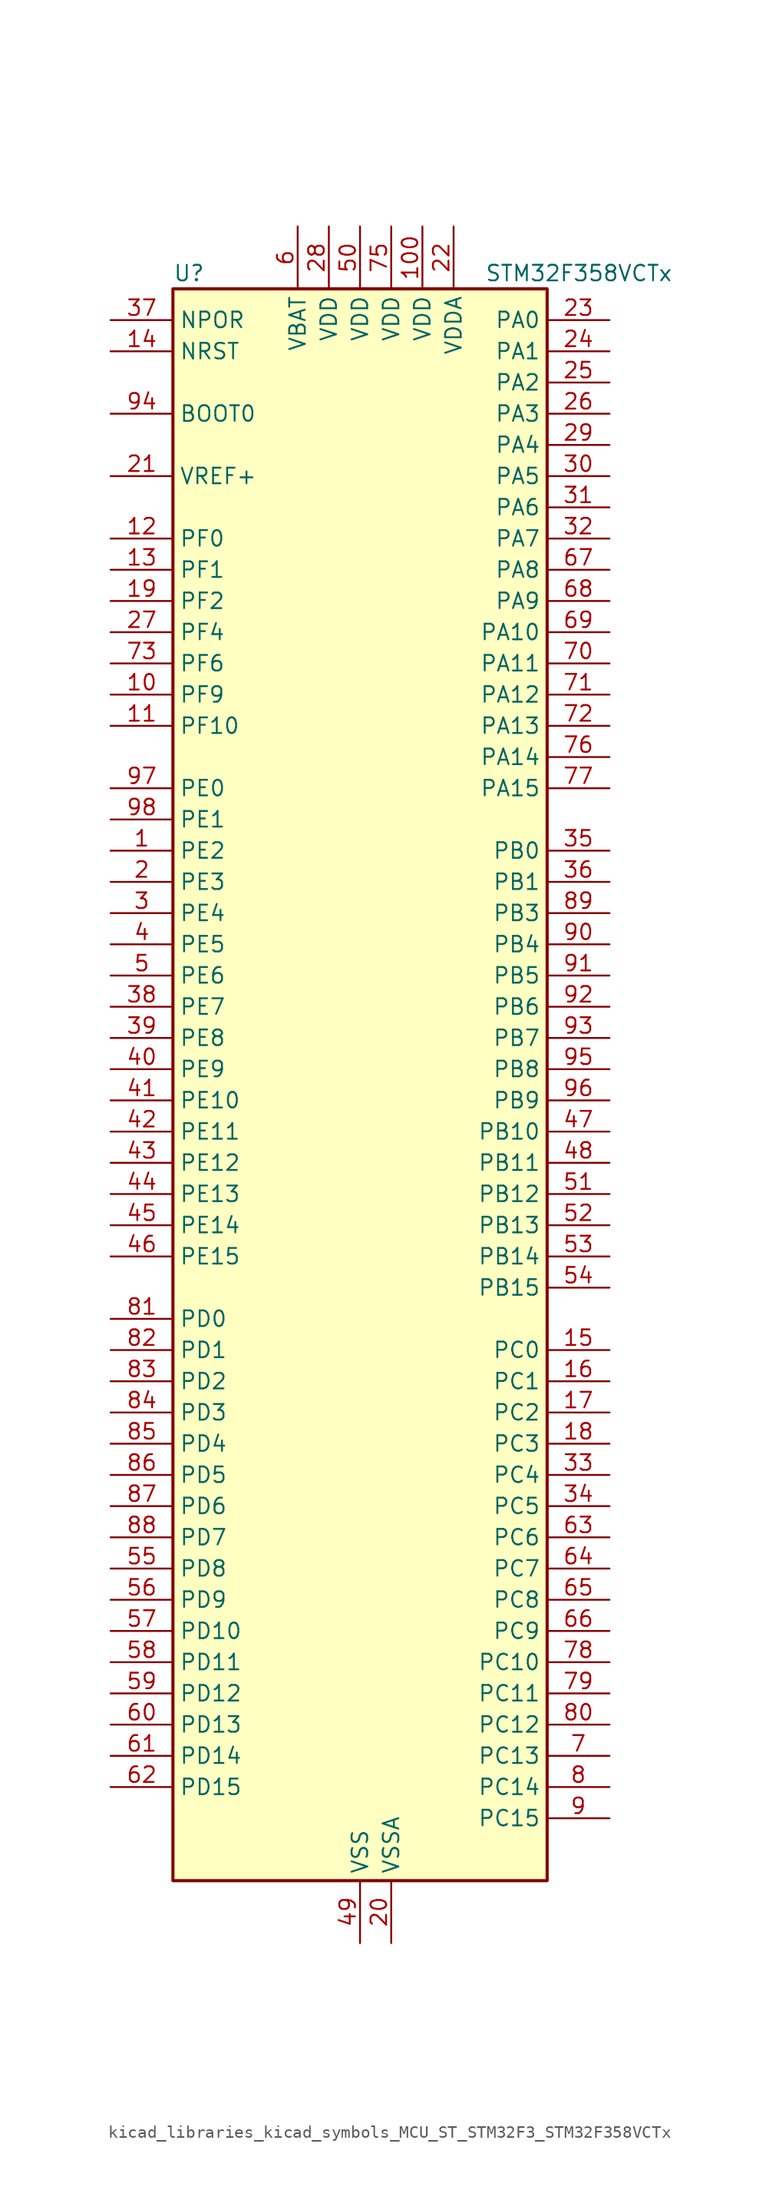
<source format=kicad_sym>
(kicad_symbol_lib
  (version 20220914)
  (generator kicad_symbol_editor)
  (symbol "kicad_libraries_kicad_symbols_MCU_ST_STM32F3_STM32F358VCTx"
    (property "Reference" "U"
      (at -15.24 67.31 0)
      (effects (font (size 1.27 1.27)) (justify left)))
    (property "Value" "STM32F358VCTx"
      (at 10.16 67.31 0)
      (effects (font (size 1.27 1.27)) (justify left)))
    (property "ki_locked" ""
      (at 0 0 0)
      (effects (font (size 1.27 1.27))))
    (symbol "kicad_libraries_kicad_symbols_MCU_ST_STM32F3_STM32F358VCTx_0_1"
      (rectangle (start -15.24 -63.5) (end 15.24 66.04) (stroke (width 0.254) (type default)) (fill (type background))))
    (symbol "kicad_libraries_kicad_symbols_MCU_ST_STM32F3_STM32F358VCTx_1_1"
      (pin bidirectional line (at -20.32 20.32 0) (length 5.08) (name "PE2" (effects (font (size 1.27 1.27)))) (number "1" (effects (font (size 1.27 1.27)))) (alternate "ADC3_EXTI2" bidirectional line) (alternate "ADC4_EXTI2" bidirectional line) (alternate "SYS_TRACECK" bidirectional line) (alternate "TIM3_CH1" bidirectional line) (alternate "TSC_G7_IO1" bidirectional line))
      (pin bidirectional line (at -20.32 33.02 0) (length 5.08) (name "PF9" (effects (font (size 1.27 1.27)))) (number "10" (effects (font (size 1.27 1.27)))) (alternate "DAC_EXTI9" bidirectional line) (alternate "SPI2_SCK" bidirectional line) (alternate "TIM15_CH1" bidirectional line))
      (pin power_in line (at 5.08 71.12 270) (length 5.08) (name "VDD" (effects (font (size 1.27 1.27)))) (number "100" (effects (font (size 1.27 1.27)))))
      (pin bidirectional line (at -20.32 30.48 0) (length 5.08) (name "PF10" (effects (font (size 1.27 1.27)))) (number "11" (effects (font (size 1.27 1.27)))) (alternate "SPI2_SCK" bidirectional line) (alternate "TIM15_CH2" bidirectional line))
      (pin bidirectional line (at -20.32 45.72 0) (length 5.08) (name "PF0" (effects (font (size 1.27 1.27)))) (number "12" (effects (font (size 1.27 1.27)))) (alternate "I2C2_SDA" bidirectional line) (alternate "RCC_OSC_IN" bidirectional line) (alternate "TIM1_CH3N" bidirectional line))
      (pin bidirectional line (at -20.32 43.18 0) (length 5.08) (name "PF1" (effects (font (size 1.27 1.27)))) (number "13" (effects (font (size 1.27 1.27)))) (alternate "I2C2_SCL" bidirectional line) (alternate "RCC_OSC_OUT" bidirectional line))
      (pin input line (at -20.32 60.96 0) (length 5.08) (name "NRST" (effects (font (size 1.27 1.27)))) (number "14" (effects (font (size 1.27 1.27)))))
      (pin bidirectional line (at 20.32 -20.32 180) (length 5.08) (name "PC0" (effects (font (size 1.27 1.27)))) (number "15" (effects (font (size 1.27 1.27)))) (alternate "ADC1_IN6" bidirectional line) (alternate "ADC2_IN6" bidirectional line) (alternate "COMP7_INM" bidirectional line))
      (pin bidirectional line (at 20.32 -22.86 180) (length 5.08) (name "PC1" (effects (font (size 1.27 1.27)))) (number "16" (effects (font (size 1.27 1.27)))) (alternate "ADC1_IN7" bidirectional line) (alternate "ADC2_IN7" bidirectional line) (alternate "COMP7_INP" bidirectional line))
      (pin bidirectional line (at 20.32 -25.4 180) (length 5.08) (name "PC2" (effects (font (size 1.27 1.27)))) (number "17" (effects (font (size 1.27 1.27)))) (alternate "ADC1_IN8" bidirectional line) (alternate "ADC2_IN8" bidirectional line) (alternate "ADC3_EXTI2" bidirectional line) (alternate "ADC4_EXTI2" bidirectional line) (alternate "COMP7_OUT" bidirectional line))
      (pin bidirectional line (at 20.32 -27.94 180) (length 5.08) (name "PC3" (effects (font (size 1.27 1.27)))) (number "18" (effects (font (size 1.27 1.27)))) (alternate "ADC1_IN9" bidirectional line) (alternate "ADC2_IN9" bidirectional line) (alternate "TIM1_BKIN2" bidirectional line))
      (pin bidirectional line (at -20.32 40.64 0) (length 5.08) (name "PF2" (effects (font (size 1.27 1.27)))) (number "19" (effects (font (size 1.27 1.27)))) (alternate "ADC1_IN10" bidirectional line) (alternate "ADC2_IN10" bidirectional line) (alternate "ADC3_EXTI2" bidirectional line) (alternate "ADC4_EXTI2" bidirectional line))
      (pin bidirectional line (at -20.32 17.78 0) (length 5.08) (name "PE3" (effects (font (size 1.27 1.27)))) (number "2" (effects (font (size 1.27 1.27)))) (alternate "SYS_TRACED0" bidirectional line) (alternate "TIM3_CH2" bidirectional line) (alternate "TSC_G7_IO2" bidirectional line))
      (pin power_in line (at 2.54 -68.58 90) (length 5.08) (name "VSSA" (effects (font (size 1.27 1.27)))) (number "20" (effects (font (size 1.27 1.27)))))
      (pin input line (at -20.32 50.8 0) (length 5.08) (name "VREF+" (effects (font (size 1.27 1.27)))) (number "21" (effects (font (size 1.27 1.27)))))
      (pin power_in line (at 7.62 71.12 270) (length 5.08) (name "VDDA" (effects (font (size 1.27 1.27)))) (number "22" (effects (font (size 1.27 1.27)))))
      (pin bidirectional line (at 20.32 63.5 180) (length 5.08) (name "PA0" (effects (font (size 1.27 1.27)))) (number "23" (effects (font (size 1.27 1.27)))) (alternate "ADC1_IN1" bidirectional line) (alternate "COMP1_INM" bidirectional line) (alternate "COMP1_OUT" bidirectional line) (alternate "COMP7_INP" bidirectional line) (alternate "RTC_TAMP2" bidirectional line) (alternate "SYS_WKUP1" bidirectional line) (alternate "TIM2_CH1" bidirectional line) (alternate "TIM2_ETR" bidirectional line) (alternate "TIM8_BKIN" bidirectional line) (alternate "TIM8_ETR" bidirectional line) (alternate "TSC_G1_IO1" bidirectional line) (alternate "USART2_CTS" bidirectional line))
      (pin bidirectional line (at 20.32 60.96 180) (length 5.08) (name "PA1" (effects (font (size 1.27 1.27)))) (number "24" (effects (font (size 1.27 1.27)))) (alternate "ADC1_IN2" bidirectional line) (alternate "COMP1_INP" bidirectional line) (alternate "OPAMP1_VINP" bidirectional line) (alternate "OPAMP1_VINP_SEC" bidirectional line) (alternate "OPAMP3_VINP" bidirectional line) (alternate "OPAMP3_VINP_SEC" bidirectional line) (alternate "RTC_REFIN" bidirectional line) (alternate "TIM15_CH1N" bidirectional line) (alternate "TIM2_CH2" bidirectional line) (alternate "TSC_G1_IO2" bidirectional line) (alternate "USART2_DE" bidirectional line) (alternate "USART2_RTS" bidirectional line))
      (pin bidirectional line (at 20.32 58.42 180) (length 5.08) (name "PA2" (effects (font (size 1.27 1.27)))) (number "25" (effects (font (size 1.27 1.27)))) (alternate "ADC1_IN3" bidirectional line) (alternate "ADC3_EXTI2" bidirectional line) (alternate "ADC4_EXTI2" bidirectional line) (alternate "COMP2_INM" bidirectional line) (alternate "COMP2_OUT" bidirectional line) (alternate "OPAMP1_VOUT" bidirectional line) (alternate "TIM15_CH1" bidirectional line) (alternate "TIM2_CH3" bidirectional line) (alternate "TSC_G1_IO3" bidirectional line) (alternate "USART2_TX" bidirectional line))
      (pin bidirectional line (at 20.32 55.88 180) (length 5.08) (name "PA3" (effects (font (size 1.27 1.27)))) (number "26" (effects (font (size 1.27 1.27)))) (alternate "ADC1_IN4" bidirectional line) (alternate "COMP2_INP" bidirectional line) (alternate "OPAMP1_VINM" bidirectional line) (alternate "OPAMP1_VINM_SEC" bidirectional line) (alternate "OPAMP1_VINP" bidirectional line) (alternate "OPAMP1_VINP_SEC" bidirectional line) (alternate "TIM15_CH2" bidirectional line) (alternate "TIM2_CH4" bidirectional line) (alternate "TSC_G1_IO4" bidirectional line) (alternate "USART2_RX" bidirectional line))
      (pin bidirectional line (at -20.32 38.1 0) (length 5.08) (name "PF4" (effects (font (size 1.27 1.27)))) (number "27" (effects (font (size 1.27 1.27)))) (alternate "ADC1_IN5" bidirectional line) (alternate "COMP1_OUT" bidirectional line))
      (pin power_in line (at -2.54 71.12 270) (length 5.08) (name "VDD" (effects (font (size 1.27 1.27)))) (number "28" (effects (font (size 1.27 1.27)))))
      (pin bidirectional line (at 20.32 53.34 180) (length 5.08) (name "PA4" (effects (font (size 1.27 1.27)))) (number "29" (effects (font (size 1.27 1.27)))) (alternate "ADC2_IN1" bidirectional line) (alternate "COMP1_INM" bidirectional line) (alternate "COMP2_INM" bidirectional line) (alternate "COMP3_INM" bidirectional line) (alternate "COMP4_INM" bidirectional line) (alternate "COMP5_INM" bidirectional line) (alternate "COMP6_INM" bidirectional line) (alternate "COMP7_INM" bidirectional line) (alternate "DAC_OUT1" bidirectional line) (alternate "I2S3_WS" bidirectional line) (alternate "OPAMP4_VINP" bidirectional line) (alternate "OPAMP4_VINP_SEC" bidirectional line) (alternate "SPI1_NSS" bidirectional line) (alternate "SPI3_NSS" bidirectional line) (alternate "TIM3_CH2" bidirectional line) (alternate "TSC_G2_IO1" bidirectional line) (alternate "USART2_CK" bidirectional line))
      (pin bidirectional line (at -20.32 15.24 0) (length 5.08) (name "PE4" (effects (font (size 1.27 1.27)))) (number "3" (effects (font (size 1.27 1.27)))) (alternate "SYS_TRACED1" bidirectional line) (alternate "TIM3_CH3" bidirectional line) (alternate "TSC_G7_IO3" bidirectional line))
      (pin bidirectional line (at 20.32 50.8 180) (length 5.08) (name "PA5" (effects (font (size 1.27 1.27)))) (number "30" (effects (font (size 1.27 1.27)))) (alternate "ADC2_IN2" bidirectional line) (alternate "COMP1_INM" bidirectional line) (alternate "COMP2_INM" bidirectional line) (alternate "COMP3_INM" bidirectional line) (alternate "COMP4_INM" bidirectional line) (alternate "COMP5_INM" bidirectional line) (alternate "COMP6_INM" bidirectional line) (alternate "COMP7_INM" bidirectional line) (alternate "DAC_OUT2" bidirectional line) (alternate "OPAMP1_VINP" bidirectional line) (alternate "OPAMP1_VINP_SEC" bidirectional line) (alternate "OPAMP2_VINM" bidirectional line) (alternate "OPAMP2_VINM_SEC" bidirectional line) (alternate "OPAMP3_VINP" bidirectional line) (alternate "OPAMP3_VINP_SEC" bidirectional line) (alternate "SPI1_SCK" bidirectional line) (alternate "TIM2_CH1" bidirectional line) (alternate "TIM2_ETR" bidirectional line) (alternate "TSC_G2_IO2" bidirectional line))
      (pin bidirectional line (at 20.32 48.26 180) (length 5.08) (name "PA6" (effects (font (size 1.27 1.27)))) (number "31" (effects (font (size 1.27 1.27)))) (alternate "ADC2_IN3" bidirectional line) (alternate "COMP1_OUT" bidirectional line) (alternate "OPAMP2_VOUT" bidirectional line) (alternate "SPI1_MISO" bidirectional line) (alternate "TIM16_CH1" bidirectional line) (alternate "TIM1_BKIN" bidirectional line) (alternate "TIM3_CH1" bidirectional line) (alternate "TIM8_BKIN" bidirectional line) (alternate "TSC_G2_IO3" bidirectional line))
      (pin bidirectional line (at 20.32 45.72 180) (length 5.08) (name "PA7" (effects (font (size 1.27 1.27)))) (number "32" (effects (font (size 1.27 1.27)))) (alternate "ADC2_IN4" bidirectional line) (alternate "COMP2_INP" bidirectional line) (alternate "COMP2_OUT" bidirectional line) (alternate "OPAMP1_VINP" bidirectional line) (alternate "OPAMP1_VINP_SEC" bidirectional line) (alternate "OPAMP2_VINP" bidirectional line) (alternate "OPAMP2_VINP_SEC" bidirectional line) (alternate "SPI1_MOSI" bidirectional line) (alternate "TIM17_CH1" bidirectional line) (alternate "TIM1_CH1N" bidirectional line) (alternate "TIM3_CH2" bidirectional line) (alternate "TIM8_CH1N" bidirectional line) (alternate "TSC_G2_IO4" bidirectional line))
      (pin bidirectional line (at 20.32 -30.48 180) (length 5.08) (name "PC4" (effects (font (size 1.27 1.27)))) (number "33" (effects (font (size 1.27 1.27)))) (alternate "ADC2_IN5" bidirectional line) (alternate "USART1_TX" bidirectional line))
      (pin bidirectional line (at 20.32 -33.02 180) (length 5.08) (name "PC5" (effects (font (size 1.27 1.27)))) (number "34" (effects (font (size 1.27 1.27)))) (alternate "ADC2_IN11" bidirectional line) (alternate "OPAMP1_VINM" bidirectional line) (alternate "OPAMP1_VINM_SEC" bidirectional line) (alternate "OPAMP2_VINM" bidirectional line) (alternate "OPAMP2_VINM_SEC" bidirectional line) (alternate "TSC_G3_IO1" bidirectional line) (alternate "USART1_RX" bidirectional line))
      (pin bidirectional line (at 20.32 20.32 180) (length 5.08) (name "PB0" (effects (font (size 1.27 1.27)))) (number "35" (effects (font (size 1.27 1.27)))) (alternate "ADC3_IN12" bidirectional line) (alternate "COMP4_INP" bidirectional line) (alternate "OPAMP2_VINP" bidirectional line) (alternate "OPAMP2_VINP_SEC" bidirectional line) (alternate "OPAMP3_VINP" bidirectional line) (alternate "OPAMP3_VINP_SEC" bidirectional line) (alternate "TIM1_CH2N" bidirectional line) (alternate "TIM3_CH3" bidirectional line) (alternate "TIM8_CH2N" bidirectional line) (alternate "TSC_G3_IO2" bidirectional line))
      (pin bidirectional line (at 20.32 17.78 180) (length 5.08) (name "PB1" (effects (font (size 1.27 1.27)))) (number "36" (effects (font (size 1.27 1.27)))) (alternate "ADC3_IN1" bidirectional line) (alternate "COMP4_OUT" bidirectional line) (alternate "OPAMP3_VOUT" bidirectional line) (alternate "TIM1_CH3N" bidirectional line) (alternate "TIM3_CH4" bidirectional line) (alternate "TIM8_CH3N" bidirectional line) (alternate "TSC_G3_IO3" bidirectional line))
      (pin input line (at -20.32 63.5 0) (length 5.08) (name "NPOR" (effects (font (size 1.27 1.27)))) (number "37" (effects (font (size 1.27 1.27)))))
      (pin bidirectional line (at -20.32 7.62 0) (length 5.08) (name "PE7" (effects (font (size 1.27 1.27)))) (number "38" (effects (font (size 1.27 1.27)))) (alternate "ADC3_IN13" bidirectional line) (alternate "COMP4_INP" bidirectional line) (alternate "TIM1_ETR" bidirectional line))
      (pin bidirectional line (at -20.32 5.08 0) (length 5.08) (name "PE8" (effects (font (size 1.27 1.27)))) (number "39" (effects (font (size 1.27 1.27)))) (alternate "ADC3_IN6" bidirectional line) (alternate "ADC4_IN6" bidirectional line) (alternate "COMP4_INM" bidirectional line) (alternate "TIM1_CH1N" bidirectional line))
      (pin bidirectional line (at -20.32 12.7 0) (length 5.08) (name "PE5" (effects (font (size 1.27 1.27)))) (number "4" (effects (font (size 1.27 1.27)))) (alternate "SYS_TRACED2" bidirectional line) (alternate "TIM3_CH4" bidirectional line) (alternate "TSC_G7_IO4" bidirectional line))
      (pin bidirectional line (at -20.32 2.54 0) (length 5.08) (name "PE9" (effects (font (size 1.27 1.27)))) (number "40" (effects (font (size 1.27 1.27)))) (alternate "ADC3_IN2" bidirectional line) (alternate "DAC_EXTI9" bidirectional line) (alternate "TIM1_CH1" bidirectional line))
      (pin bidirectional line (at -20.32 0 0) (length 5.08) (name "PE10" (effects (font (size 1.27 1.27)))) (number "41" (effects (font (size 1.27 1.27)))) (alternate "ADC3_IN14" bidirectional line) (alternate "TIM1_CH2N" bidirectional line))
      (pin bidirectional line (at -20.32 -2.54 0) (length 5.08) (name "PE11" (effects (font (size 1.27 1.27)))) (number "42" (effects (font (size 1.27 1.27)))) (alternate "ADC1_EXTI11" bidirectional line) (alternate "ADC2_EXTI11" bidirectional line) (alternate "ADC3_IN15" bidirectional line) (alternate "TIM1_CH2" bidirectional line))
      (pin bidirectional line (at -20.32 -5.08 0) (length 5.08) (name "PE12" (effects (font (size 1.27 1.27)))) (number "43" (effects (font (size 1.27 1.27)))) (alternate "ADC3_IN16" bidirectional line) (alternate "TIM1_CH3N" bidirectional line))
      (pin bidirectional line (at -20.32 -7.62 0) (length 5.08) (name "PE13" (effects (font (size 1.27 1.27)))) (number "44" (effects (font (size 1.27 1.27)))) (alternate "ADC3_IN3" bidirectional line) (alternate "TIM1_CH3" bidirectional line))
      (pin bidirectional line (at -20.32 -10.16 0) (length 5.08) (name "PE14" (effects (font (size 1.27 1.27)))) (number "45" (effects (font (size 1.27 1.27)))) (alternate "ADC4_IN1" bidirectional line) (alternate "TIM1_BKIN2" bidirectional line) (alternate "TIM1_CH4" bidirectional line))
      (pin bidirectional line (at -20.32 -12.7 0) (length 5.08) (name "PE15" (effects (font (size 1.27 1.27)))) (number "46" (effects (font (size 1.27 1.27)))) (alternate "ADC1_EXTI15" bidirectional line) (alternate "ADC2_EXTI15" bidirectional line) (alternate "ADC4_IN2" bidirectional line) (alternate "TIM1_BKIN" bidirectional line) (alternate "USART3_RX" bidirectional line))
      (pin bidirectional line (at 20.32 -2.54 180) (length 5.08) (name "PB10" (effects (font (size 1.27 1.27)))) (number "47" (effects (font (size 1.27 1.27)))) (alternate "COMP5_INM" bidirectional line) (alternate "OPAMP3_VINM" bidirectional line) (alternate "OPAMP3_VINM_SEC" bidirectional line) (alternate "OPAMP4_VINM" bidirectional line) (alternate "OPAMP4_VINM_SEC" bidirectional line) (alternate "TIM2_CH3" bidirectional line) (alternate "TSC_SYNC" bidirectional line) (alternate "USART3_TX" bidirectional line))
      (pin bidirectional line (at 20.32 -5.08 180) (length 5.08) (name "PB11" (effects (font (size 1.27 1.27)))) (number "48" (effects (font (size 1.27 1.27)))) (alternate "ADC1_EXTI11" bidirectional line) (alternate "ADC2_EXTI11" bidirectional line) (alternate "COMP6_INP" bidirectional line) (alternate "OPAMP4_VINP" bidirectional line) (alternate "OPAMP4_VINP_SEC" bidirectional line) (alternate "TIM2_CH4" bidirectional line) (alternate "TSC_G6_IO1" bidirectional line) (alternate "USART3_RX" bidirectional line))
      (pin power_in line (at 0 -68.58 90) (length 5.08) (name "VSS" (effects (font (size 1.27 1.27)))) (number "49" (effects (font (size 1.27 1.27)))))
      (pin bidirectional line (at -20.32 10.16 0) (length 5.08) (name "PE6" (effects (font (size 1.27 1.27)))) (number "5" (effects (font (size 1.27 1.27)))) (alternate "RTC_TAMP3" bidirectional line) (alternate "SYS_TRACED3" bidirectional line) (alternate "SYS_WKUP3" bidirectional line))
      (pin power_in line (at 0 71.12 270) (length 5.08) (name "VDD" (effects (font (size 1.27 1.27)))) (number "50" (effects (font (size 1.27 1.27)))))
      (pin bidirectional line (at 20.32 -7.62 180) (length 5.08) (name "PB12" (effects (font (size 1.27 1.27)))) (number "51" (effects (font (size 1.27 1.27)))) (alternate "ADC4_IN3" bidirectional line) (alternate "COMP3_INM" bidirectional line) (alternate "I2C2_SMBA" bidirectional line) (alternate "I2S2_WS" bidirectional line) (alternate "OPAMP4_VOUT" bidirectional line) (alternate "SPI2_NSS" bidirectional line) (alternate "TIM1_BKIN" bidirectional line) (alternate "TSC_G6_IO2" bidirectional line) (alternate "USART3_CK" bidirectional line))
      (pin bidirectional line (at 20.32 -10.16 180) (length 5.08) (name "PB13" (effects (font (size 1.27 1.27)))) (number "52" (effects (font (size 1.27 1.27)))) (alternate "ADC3_IN5" bidirectional line) (alternate "COMP5_INP" bidirectional line) (alternate "I2S2_CK" bidirectional line) (alternate "OPAMP3_VINP" bidirectional line) (alternate "OPAMP3_VINP_SEC" bidirectional line) (alternate "OPAMP4_VINP" bidirectional line) (alternate "OPAMP4_VINP_SEC" bidirectional line) (alternate "SPI2_SCK" bidirectional line) (alternate "TIM1_CH1N" bidirectional line) (alternate "TSC_G6_IO3" bidirectional line) (alternate "USART3_CTS" bidirectional line))
      (pin bidirectional line (at 20.32 -12.7 180) (length 5.08) (name "PB14" (effects (font (size 1.27 1.27)))) (number "53" (effects (font (size 1.27 1.27)))) (alternate "ADC4_IN4" bidirectional line) (alternate "COMP3_INP" bidirectional line) (alternate "I2S2_ext_SD" bidirectional line) (alternate "OPAMP2_VINP" bidirectional line) (alternate "OPAMP2_VINP_SEC" bidirectional line) (alternate "SPI2_MISO" bidirectional line) (alternate "TIM15_CH1" bidirectional line) (alternate "TIM1_CH2N" bidirectional line) (alternate "TSC_G6_IO4" bidirectional line) (alternate "USART3_DE" bidirectional line) (alternate "USART3_RTS" bidirectional line))
      (pin bidirectional line (at 20.32 -15.24 180) (length 5.08) (name "PB15" (effects (font (size 1.27 1.27)))) (number "54" (effects (font (size 1.27 1.27)))) (alternate "ADC1_EXTI15" bidirectional line) (alternate "ADC2_EXTI15" bidirectional line) (alternate "ADC4_IN5" bidirectional line) (alternate "COMP6_INM" bidirectional line) (alternate "I2S2_SD" bidirectional line) (alternate "RTC_REFIN" bidirectional line) (alternate "SPI2_MOSI" bidirectional line) (alternate "TIM15_CH1N" bidirectional line) (alternate "TIM15_CH2" bidirectional line) (alternate "TIM1_CH3N" bidirectional line))
      (pin bidirectional line (at -20.32 -38.1 0) (length 5.08) (name "PD8" (effects (font (size 1.27 1.27)))) (number "55" (effects (font (size 1.27 1.27)))) (alternate "ADC4_IN12" bidirectional line) (alternate "OPAMP4_VINM" bidirectional line) (alternate "OPAMP4_VINM_SEC" bidirectional line) (alternate "USART3_TX" bidirectional line))
      (pin bidirectional line (at -20.32 -40.64 0) (length 5.08) (name "PD9" (effects (font (size 1.27 1.27)))) (number "56" (effects (font (size 1.27 1.27)))) (alternate "ADC4_IN13" bidirectional line) (alternate "DAC_EXTI9" bidirectional line) (alternate "USART3_RX" bidirectional line))
      (pin bidirectional line (at -20.32 -43.18 0) (length 5.08) (name "PD10" (effects (font (size 1.27 1.27)))) (number "57" (effects (font (size 1.27 1.27)))) (alternate "ADC3_IN7" bidirectional line) (alternate "ADC4_IN7" bidirectional line) (alternate "COMP6_INM" bidirectional line) (alternate "USART3_CK" bidirectional line))
      (pin bidirectional line (at -20.32 -45.72 0) (length 5.08) (name "PD11" (effects (font (size 1.27 1.27)))) (number "58" (effects (font (size 1.27 1.27)))) (alternate "ADC1_EXTI11" bidirectional line) (alternate "ADC2_EXTI11" bidirectional line) (alternate "ADC3_IN8" bidirectional line) (alternate "ADC4_IN8" bidirectional line) (alternate "COMP6_INP" bidirectional line) (alternate "OPAMP4_VINP" bidirectional line) (alternate "OPAMP4_VINP_SEC" bidirectional line) (alternate "USART3_CTS" bidirectional line))
      (pin bidirectional line (at -20.32 -48.26 0) (length 5.08) (name "PD12" (effects (font (size 1.27 1.27)))) (number "59" (effects (font (size 1.27 1.27)))) (alternate "ADC3_IN9" bidirectional line) (alternate "ADC4_IN9" bidirectional line) (alternate "COMP5_INP" bidirectional line) (alternate "TIM4_CH1" bidirectional line) (alternate "TSC_G8_IO1" bidirectional line) (alternate "USART3_DE" bidirectional line) (alternate "USART3_RTS" bidirectional line))
      (pin power_in line (at -5.08 71.12 270) (length 5.08) (name "VBAT" (effects (font (size 1.27 1.27)))) (number "6" (effects (font (size 1.27 1.27)))))
      (pin bidirectional line (at -20.32 -50.8 0) (length 5.08) (name "PD13" (effects (font (size 1.27 1.27)))) (number "60" (effects (font (size 1.27 1.27)))) (alternate "ADC3_IN10" bidirectional line) (alternate "ADC4_IN10" bidirectional line) (alternate "COMP5_INM" bidirectional line) (alternate "TIM4_CH2" bidirectional line) (alternate "TSC_G8_IO2" bidirectional line))
      (pin bidirectional line (at -20.32 -53.34 0) (length 5.08) (name "PD14" (effects (font (size 1.27 1.27)))) (number "61" (effects (font (size 1.27 1.27)))) (alternate "ADC3_IN11" bidirectional line) (alternate "ADC4_IN11" bidirectional line) (alternate "COMP3_INP" bidirectional line) (alternate "OPAMP2_VINP" bidirectional line) (alternate "OPAMP2_VINP_SEC" bidirectional line) (alternate "TIM4_CH3" bidirectional line) (alternate "TSC_G8_IO3" bidirectional line))
      (pin bidirectional line (at -20.32 -55.88 0) (length 5.08) (name "PD15" (effects (font (size 1.27 1.27)))) (number "62" (effects (font (size 1.27 1.27)))) (alternate "ADC1_EXTI15" bidirectional line) (alternate "ADC2_EXTI15" bidirectional line) (alternate "COMP3_INM" bidirectional line) (alternate "SPI2_NSS" bidirectional line) (alternate "TIM4_CH4" bidirectional line) (alternate "TSC_G8_IO4" bidirectional line))
      (pin bidirectional line (at 20.32 -35.56 180) (length 5.08) (name "PC6" (effects (font (size 1.27 1.27)))) (number "63" (effects (font (size 1.27 1.27)))) (alternate "COMP6_OUT" bidirectional line) (alternate "I2S2_MCK" bidirectional line) (alternate "TIM3_CH1" bidirectional line) (alternate "TIM8_CH1" bidirectional line))
      (pin bidirectional line (at 20.32 -38.1 180) (length 5.08) (name "PC7" (effects (font (size 1.27 1.27)))) (number "64" (effects (font (size 1.27 1.27)))) (alternate "COMP5_OUT" bidirectional line) (alternate "I2S3_MCK" bidirectional line) (alternate "TIM3_CH2" bidirectional line) (alternate "TIM8_CH2" bidirectional line))
      (pin bidirectional line (at 20.32 -40.64 180) (length 5.08) (name "PC8" (effects (font (size 1.27 1.27)))) (number "65" (effects (font (size 1.27 1.27)))) (alternate "COMP3_OUT" bidirectional line) (alternate "TIM3_CH3" bidirectional line) (alternate "TIM8_CH3" bidirectional line))
      (pin bidirectional line (at 20.32 -43.18 180) (length 5.08) (name "PC9" (effects (font (size 1.27 1.27)))) (number "66" (effects (font (size 1.27 1.27)))) (alternate "DAC_EXTI9" bidirectional line) (alternate "I2S_CKIN" bidirectional line) (alternate "TIM3_CH4" bidirectional line) (alternate "TIM8_BKIN2" bidirectional line) (alternate "TIM8_CH4" bidirectional line))
      (pin bidirectional line (at 20.32 43.18 180) (length 5.08) (name "PA8" (effects (font (size 1.27 1.27)))) (number "67" (effects (font (size 1.27 1.27)))) (alternate "COMP3_OUT" bidirectional line) (alternate "I2C2_SMBA" bidirectional line) (alternate "I2S2_MCK" bidirectional line) (alternate "RCC_MCO" bidirectional line) (alternate "TIM1_CH1" bidirectional line) (alternate "TIM4_ETR" bidirectional line) (alternate "USART1_CK" bidirectional line))
      (pin bidirectional line (at 20.32 40.64 180) (length 5.08) (name "PA9" (effects (font (size 1.27 1.27)))) (number "68" (effects (font (size 1.27 1.27)))) (alternate "COMP5_OUT" bidirectional line) (alternate "DAC_EXTI9" bidirectional line) (alternate "I2C2_SCL" bidirectional line) (alternate "I2S3_MCK" bidirectional line) (alternate "TIM15_BKIN" bidirectional line) (alternate "TIM1_CH2" bidirectional line) (alternate "TIM2_CH3" bidirectional line) (alternate "TSC_G4_IO1" bidirectional line) (alternate "USART1_TX" bidirectional line))
      (pin bidirectional line (at 20.32 38.1 180) (length 5.08) (name "PA10" (effects (font (size 1.27 1.27)))) (number "69" (effects (font (size 1.27 1.27)))) (alternate "COMP6_OUT" bidirectional line) (alternate "I2C2_SDA" bidirectional line) (alternate "TIM17_BKIN" bidirectional line) (alternate "TIM1_CH3" bidirectional line) (alternate "TIM2_CH4" bidirectional line) (alternate "TIM8_BKIN" bidirectional line) (alternate "TSC_G4_IO2" bidirectional line) (alternate "USART1_RX" bidirectional line))
      (pin bidirectional line (at 20.32 -53.34 180) (length 5.08) (name "PC13" (effects (font (size 1.27 1.27)))) (number "7" (effects (font (size 1.27 1.27)))) (alternate "RTC_OUT_ALARM" bidirectional line) (alternate "RTC_OUT_CALIB" bidirectional line) (alternate "RTC_TAMP1" bidirectional line) (alternate "RTC_TS" bidirectional line) (alternate "SYS_WKUP2" bidirectional line) (alternate "TIM1_CH1N" bidirectional line))
      (pin bidirectional line (at 20.32 35.56 180) (length 5.08) (name "PA11" (effects (font (size 1.27 1.27)))) (number "70" (effects (font (size 1.27 1.27)))) (alternate "ADC1_EXTI11" bidirectional line) (alternate "ADC2_EXTI11" bidirectional line) (alternate "CAN_RX" bidirectional line) (alternate "COMP1_OUT" bidirectional line) (alternate "TIM1_BKIN2" bidirectional line) (alternate "TIM1_CH1N" bidirectional line) (alternate "TIM1_CH4" bidirectional line) (alternate "TIM4_CH1" bidirectional line) (alternate "USART1_CTS" bidirectional line))
      (pin bidirectional line (at 20.32 33.02 180) (length 5.08) (name "PA12" (effects (font (size 1.27 1.27)))) (number "71" (effects (font (size 1.27 1.27)))) (alternate "CAN_TX" bidirectional line) (alternate "COMP2_OUT" bidirectional line) (alternate "TIM16_CH1" bidirectional line) (alternate "TIM1_CH2N" bidirectional line) (alternate "TIM1_ETR" bidirectional line) (alternate "TIM4_CH2" bidirectional line) (alternate "USART1_DE" bidirectional line) (alternate "USART1_RTS" bidirectional line))
      (pin bidirectional line (at 20.32 30.48 180) (length 5.08) (name "PA13" (effects (font (size 1.27 1.27)))) (number "72" (effects (font (size 1.27 1.27)))) (alternate "IR_OUT" bidirectional line) (alternate "SYS_JTMS-SWDIO" bidirectional line) (alternate "TIM16_CH1N" bidirectional line) (alternate "TIM4_CH3" bidirectional line) (alternate "TSC_G4_IO3" bidirectional line) (alternate "USART3_CTS" bidirectional line))
      (pin bidirectional line (at -20.32 35.56 0) (length 5.08) (name "PF6" (effects (font (size 1.27 1.27)))) (number "73" (effects (font (size 1.27 1.27)))) (alternate "I2C2_SCL" bidirectional line) (alternate "TIM4_CH4" bidirectional line) (alternate "USART3_DE" bidirectional line) (alternate "USART3_RTS" bidirectional line))
      (pin passive line (at 0 -68.58 90) (length 5.08) hide (name "VSS" (effects (font (size 1.27 1.27)))) (number "74" (effects (font (size 1.27 1.27)))))
      (pin power_in line (at 2.54 71.12 270) (length 5.08) (name "VDD" (effects (font (size 1.27 1.27)))) (number "75" (effects (font (size 1.27 1.27)))))
      (pin bidirectional line (at 20.32 27.94 180) (length 5.08) (name "PA14" (effects (font (size 1.27 1.27)))) (number "76" (effects (font (size 1.27 1.27)))) (alternate "I2C1_SDA" bidirectional line) (alternate "SYS_JTCK-SWCLK" bidirectional line) (alternate "TIM1_BKIN" bidirectional line) (alternate "TIM8_CH2" bidirectional line) (alternate "TSC_G4_IO4" bidirectional line) (alternate "USART2_TX" bidirectional line))
      (pin bidirectional line (at 20.32 25.4 180) (length 5.08) (name "PA15" (effects (font (size 1.27 1.27)))) (number "77" (effects (font (size 1.27 1.27)))) (alternate "ADC1_EXTI15" bidirectional line) (alternate "ADC2_EXTI15" bidirectional line) (alternate "I2C1_SCL" bidirectional line) (alternate "I2S3_WS" bidirectional line) (alternate "SPI1_NSS" bidirectional line) (alternate "SPI3_NSS" bidirectional line) (alternate "SYS_JTDI" bidirectional line) (alternate "TIM1_BKIN" bidirectional line) (alternate "TIM2_CH1" bidirectional line) (alternate "TIM2_ETR" bidirectional line) (alternate "TIM8_CH1" bidirectional line) (alternate "USART2_RX" bidirectional line))
      (pin bidirectional line (at 20.32 -45.72 180) (length 5.08) (name "PC10" (effects (font (size 1.27 1.27)))) (number "78" (effects (font (size 1.27 1.27)))) (alternate "I2S3_CK" bidirectional line) (alternate "SPI3_SCK" bidirectional line) (alternate "TIM8_CH1N" bidirectional line) (alternate "UART4_TX" bidirectional line) (alternate "USART3_TX" bidirectional line))
      (pin bidirectional line (at 20.32 -48.26 180) (length 5.08) (name "PC11" (effects (font (size 1.27 1.27)))) (number "79" (effects (font (size 1.27 1.27)))) (alternate "ADC1_EXTI11" bidirectional line) (alternate "ADC2_EXTI11" bidirectional line) (alternate "I2S3_ext_SD" bidirectional line) (alternate "SPI3_MISO" bidirectional line) (alternate "TIM8_CH2N" bidirectional line) (alternate "UART4_RX" bidirectional line) (alternate "USART3_RX" bidirectional line))
      (pin bidirectional line (at 20.32 -55.88 180) (length 5.08) (name "PC14" (effects (font (size 1.27 1.27)))) (number "8" (effects (font (size 1.27 1.27)))) (alternate "RCC_OSC32_IN" bidirectional line))
      (pin bidirectional line (at 20.32 -50.8 180) (length 5.08) (name "PC12" (effects (font (size 1.27 1.27)))) (number "80" (effects (font (size 1.27 1.27)))) (alternate "I2S3_SD" bidirectional line) (alternate "SPI3_MOSI" bidirectional line) (alternate "TIM8_CH3N" bidirectional line) (alternate "UART5_TX" bidirectional line) (alternate "USART3_CK" bidirectional line))
      (pin bidirectional line (at -20.32 -17.78 0) (length 5.08) (name "PD0" (effects (font (size 1.27 1.27)))) (number "81" (effects (font (size 1.27 1.27)))) (alternate "CAN_RX" bidirectional line))
      (pin bidirectional line (at -20.32 -20.32 0) (length 5.08) (name "PD1" (effects (font (size 1.27 1.27)))) (number "82" (effects (font (size 1.27 1.27)))) (alternate "CAN_TX" bidirectional line) (alternate "TIM8_BKIN2" bidirectional line) (alternate "TIM8_CH4" bidirectional line))
      (pin bidirectional line (at -20.32 -22.86 0) (length 5.08) (name "PD2" (effects (font (size 1.27 1.27)))) (number "83" (effects (font (size 1.27 1.27)))) (alternate "ADC3_EXTI2" bidirectional line) (alternate "ADC4_EXTI2" bidirectional line) (alternate "TIM3_ETR" bidirectional line) (alternate "TIM8_BKIN" bidirectional line) (alternate "UART5_RX" bidirectional line))
      (pin bidirectional line (at -20.32 -25.4 0) (length 5.08) (name "PD3" (effects (font (size 1.27 1.27)))) (number "84" (effects (font (size 1.27 1.27)))) (alternate "TIM2_CH1" bidirectional line) (alternate "TIM2_ETR" bidirectional line) (alternate "USART2_CTS" bidirectional line))
      (pin bidirectional line (at -20.32 -27.94 0) (length 5.08) (name "PD4" (effects (font (size 1.27 1.27)))) (number "85" (effects (font (size 1.27 1.27)))) (alternate "TIM2_CH2" bidirectional line) (alternate "USART2_DE" bidirectional line) (alternate "USART2_RTS" bidirectional line))
      (pin bidirectional line (at -20.32 -30.48 0) (length 5.08) (name "PD5" (effects (font (size 1.27 1.27)))) (number "86" (effects (font (size 1.27 1.27)))) (alternate "USART2_TX" bidirectional line))
      (pin bidirectional line (at -20.32 -33.02 0) (length 5.08) (name "PD6" (effects (font (size 1.27 1.27)))) (number "87" (effects (font (size 1.27 1.27)))) (alternate "TIM2_CH4" bidirectional line) (alternate "USART2_RX" bidirectional line))
      (pin bidirectional line (at -20.32 -35.56 0) (length 5.08) (name "PD7" (effects (font (size 1.27 1.27)))) (number "88" (effects (font (size 1.27 1.27)))) (alternate "TIM2_CH3" bidirectional line) (alternate "USART2_CK" bidirectional line))
      (pin bidirectional line (at 20.32 15.24 180) (length 5.08) (name "PB3" (effects (font (size 1.27 1.27)))) (number "89" (effects (font (size 1.27 1.27)))) (alternate "I2S3_CK" bidirectional line) (alternate "SPI1_SCK" bidirectional line) (alternate "SPI3_SCK" bidirectional line) (alternate "SYS_JTDO-TRACESWO" bidirectional line) (alternate "TIM2_CH2" bidirectional line) (alternate "TIM3_ETR" bidirectional line) (alternate "TIM4_ETR" bidirectional line) (alternate "TIM8_CH1N" bidirectional line) (alternate "TSC_G5_IO1" bidirectional line) (alternate "USART2_TX" bidirectional line))
      (pin bidirectional line (at 20.32 -58.42 180) (length 5.08) (name "PC15" (effects (font (size 1.27 1.27)))) (number "9" (effects (font (size 1.27 1.27)))) (alternate "ADC1_EXTI15" bidirectional line) (alternate "ADC2_EXTI15" bidirectional line) (alternate "RCC_OSC32_OUT" bidirectional line))
      (pin bidirectional line (at 20.32 12.7 180) (length 5.08) (name "PB4" (effects (font (size 1.27 1.27)))) (number "90" (effects (font (size 1.27 1.27)))) (alternate "I2S3_ext_SD" bidirectional line) (alternate "SPI1_MISO" bidirectional line) (alternate "SPI3_MISO" bidirectional line) (alternate "SYS_NJTRST" bidirectional line) (alternate "TIM16_CH1" bidirectional line) (alternate "TIM17_BKIN" bidirectional line) (alternate "TIM3_CH1" bidirectional line) (alternate "TIM8_CH2N" bidirectional line) (alternate "TSC_G5_IO2" bidirectional line) (alternate "USART2_RX" bidirectional line))
      (pin bidirectional line (at 20.32 10.16 180) (length 5.08) (name "PB5" (effects (font (size 1.27 1.27)))) (number "91" (effects (font (size 1.27 1.27)))) (alternate "I2C1_SMBA" bidirectional line) (alternate "I2S3_SD" bidirectional line) (alternate "SPI1_MOSI" bidirectional line) (alternate "SPI3_MOSI" bidirectional line) (alternate "TIM16_BKIN" bidirectional line) (alternate "TIM17_CH1" bidirectional line) (alternate "TIM3_CH2" bidirectional line) (alternate "TIM8_CH3N" bidirectional line) (alternate "USART2_CK" bidirectional line))
      (pin bidirectional line (at 20.32 7.62 180) (length 5.08) (name "PB6" (effects (font (size 1.27 1.27)))) (number "92" (effects (font (size 1.27 1.27)))) (alternate "I2C1_SCL" bidirectional line) (alternate "TIM16_CH1N" bidirectional line) (alternate "TIM4_CH1" bidirectional line) (alternate "TIM8_BKIN2" bidirectional line) (alternate "TIM8_CH1" bidirectional line) (alternate "TIM8_ETR" bidirectional line) (alternate "TSC_G5_IO3" bidirectional line) (alternate "USART1_TX" bidirectional line))
      (pin bidirectional line (at 20.32 5.08 180) (length 5.08) (name "PB7" (effects (font (size 1.27 1.27)))) (number "93" (effects (font (size 1.27 1.27)))) (alternate "I2C1_SDA" bidirectional line) (alternate "TIM17_CH1N" bidirectional line) (alternate "TIM3_CH4" bidirectional line) (alternate "TIM4_CH2" bidirectional line) (alternate "TIM8_BKIN" bidirectional line) (alternate "TSC_G5_IO4" bidirectional line) (alternate "USART1_RX" bidirectional line))
      (pin input line (at -20.32 55.88 0) (length 5.08) (name "BOOT0" (effects (font (size 1.27 1.27)))) (number "94" (effects (font (size 1.27 1.27)))))
      (pin bidirectional line (at 20.32 2.54 180) (length 5.08) (name "PB8" (effects (font (size 1.27 1.27)))) (number "95" (effects (font (size 1.27 1.27)))) (alternate "CAN_RX" bidirectional line) (alternate "COMP1_OUT" bidirectional line) (alternate "I2C1_SCL" bidirectional line) (alternate "TIM16_CH1" bidirectional line) (alternate "TIM1_BKIN" bidirectional line) (alternate "TIM4_CH3" bidirectional line) (alternate "TIM8_CH2" bidirectional line) (alternate "TSC_SYNC" bidirectional line))
      (pin bidirectional line (at 20.32 0 180) (length 5.08) (name "PB9" (effects (font (size 1.27 1.27)))) (number "96" (effects (font (size 1.27 1.27)))) (alternate "CAN_TX" bidirectional line) (alternate "COMP2_OUT" bidirectional line) (alternate "DAC_EXTI9" bidirectional line) (alternate "I2C1_SDA" bidirectional line) (alternate "IR_OUT" bidirectional line) (alternate "TIM17_CH1" bidirectional line) (alternate "TIM4_CH4" bidirectional line) (alternate "TIM8_CH3" bidirectional line))
      (pin bidirectional line (at -20.32 25.4 0) (length 5.08) (name "PE0" (effects (font (size 1.27 1.27)))) (number "97" (effects (font (size 1.27 1.27)))) (alternate "TIM16_CH1" bidirectional line) (alternate "TIM4_ETR" bidirectional line) (alternate "USART1_TX" bidirectional line))
      (pin bidirectional line (at -20.32 22.86 0) (length 5.08) (name "PE1" (effects (font (size 1.27 1.27)))) (number "98" (effects (font (size 1.27 1.27)))) (alternate "TIM17_CH1" bidirectional line) (alternate "USART1_RX" bidirectional line))
      (pin passive line (at 0 -68.58 90) (length 5.08) hide (name "VSS" (effects (font (size 1.27 1.27)))) (number "99" (effects (font (size 1.27 1.27))))))))
</source>
